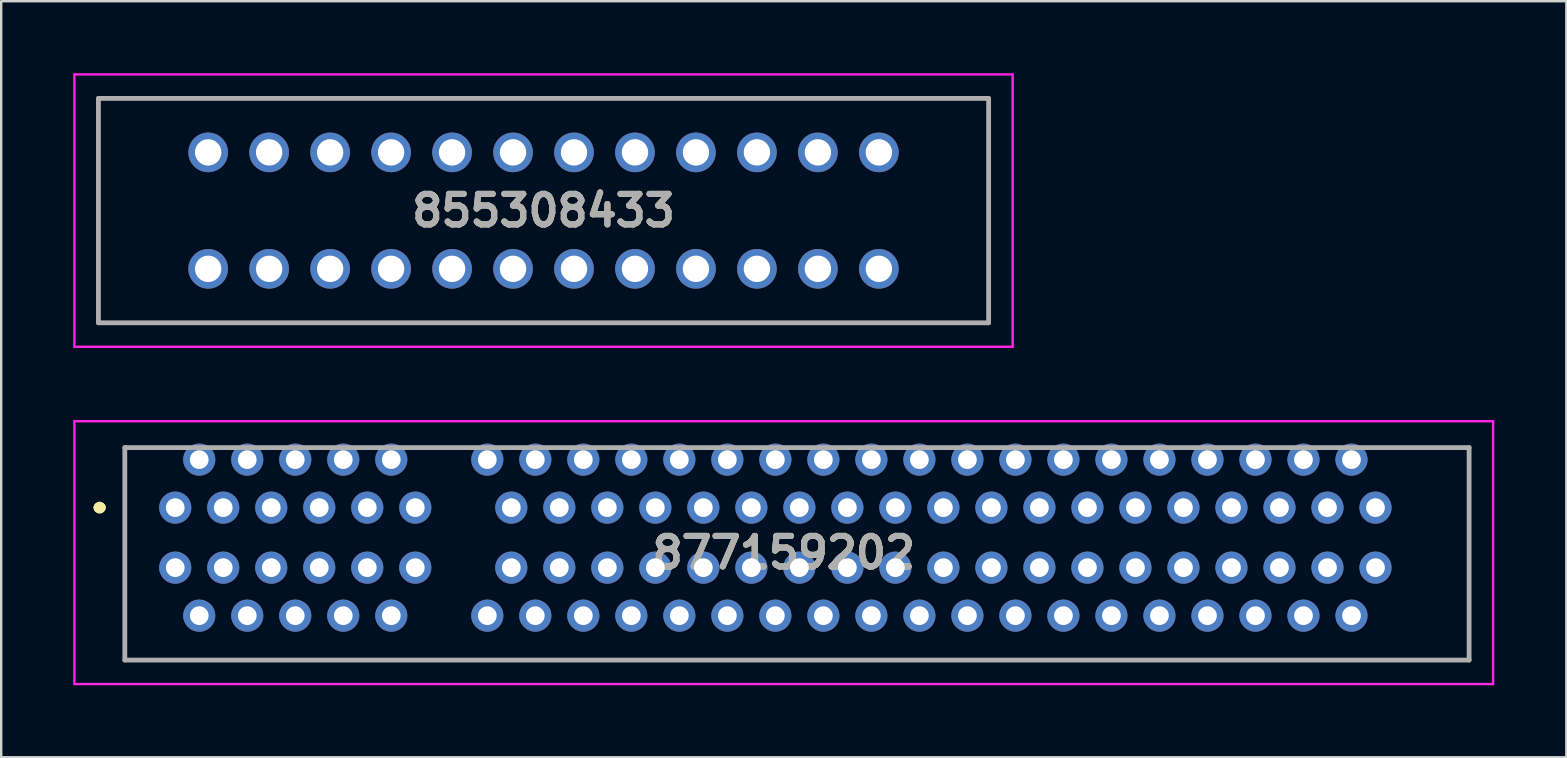
<source format=kicad_pcb>
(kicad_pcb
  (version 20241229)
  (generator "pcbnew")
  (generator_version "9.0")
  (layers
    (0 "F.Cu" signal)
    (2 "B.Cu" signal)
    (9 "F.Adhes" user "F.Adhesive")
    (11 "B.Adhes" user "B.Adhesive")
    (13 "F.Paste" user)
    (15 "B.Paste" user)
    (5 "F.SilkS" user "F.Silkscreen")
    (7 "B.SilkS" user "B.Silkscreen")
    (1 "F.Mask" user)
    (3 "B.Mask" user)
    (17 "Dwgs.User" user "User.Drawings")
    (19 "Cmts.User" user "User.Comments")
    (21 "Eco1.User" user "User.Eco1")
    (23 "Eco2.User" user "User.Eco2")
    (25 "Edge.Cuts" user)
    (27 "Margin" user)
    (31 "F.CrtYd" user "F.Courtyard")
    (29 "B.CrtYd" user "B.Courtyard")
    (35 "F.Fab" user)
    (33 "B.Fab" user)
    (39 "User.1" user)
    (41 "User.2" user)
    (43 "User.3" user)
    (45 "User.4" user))
  (footprint "855308433"
    (layer "F.Cu")
    (at 5.622 8.149)
    (property "Reference" "855308433" (at 13.97 -2.426 0) (layer "F.SilkS") (effects (font (size 1.27 1.27) (thickness 0.254))))
    (attr through_hole)
    (fp_line (start -4.572 -7.099) (end 32.512 -7.099) (stroke (width 0.1) (type solid)) (layer "F.SilkS"))
    (fp_line (start -4.572 2.248) (end -4.572 -7.099) (stroke (width 0.1) (type solid)) (layer "F.SilkS"))
    (fp_line (start 32.512 -7.099) (end 32.512 2.248) (stroke (width 0.1) (type solid)) (layer "F.SilkS"))
    (fp_line (start 32.512 2.248) (end -4.572 2.248) (stroke (width 0.1) (type solid)) (layer "F.SilkS"))
    (fp_line (start -5.572 -8.099) (end 33.512 -8.099) (stroke (width 0.1) (type solid)) (layer "F.CrtYd"))
    (fp_line (start -5.572 3.248) (end -5.572 -8.099) (stroke (width 0.1) (type solid)) (layer "F.CrtYd"))
    (fp_line (start 33.512 -8.099) (end 33.512 3.248) (stroke (width 0.1) (type solid)) (layer "F.CrtYd"))
    (fp_line (start 33.512 3.248) (end -5.572 3.248) (stroke (width 0.1) (type solid)) (layer "F.CrtYd"))
    (fp_line (start -4.572 -7.099) (end 32.512 -7.099) (stroke (width 0.2) (type solid)) (layer "F.Fab"))
    (fp_line (start -4.572 2.248) (end -4.572 -7.099) (stroke (width 0.2) (type solid)) (layer "F.Fab"))
    (fp_line (start 32.512 -7.099) (end 32.512 2.248) (stroke (width 0.2) (type solid)) (layer "F.Fab"))
    (fp_line (start 32.512 2.248) (end -4.572 2.248) (stroke (width 0.2) (type solid)) (layer "F.Fab"))
    (fp_text user "${REFERENCE}" (at 13.97 -2.426 0) (layer "F.Fab") (effects (font (size 1.27 1.27) (thickness 0.254))))
    (pad "1" thru_hole circle (at 0 0) (size 1.65 1.65) (drill 1.1) (layers "*.Cu" "*.Mask"))
    (pad "2" thru_hole circle (at 0 -4.851) (size 1.65 1.65) (drill 1.1) (layers "*.Cu" "*.Mask"))
    (pad "3" thru_hole circle (at 2.54 0) (size 1.65 1.65) (drill 1.1) (layers "*.Cu" "*.Mask"))
    (pad "4" thru_hole circle (at 2.54 -4.851) (size 1.65 1.65) (drill 1.1) (layers "*.Cu" "*.Mask"))
    (pad "5" thru_hole circle (at 5.08 0) (size 1.65 1.65) (drill 1.1) (layers "*.Cu" "*.Mask"))
    (pad "6" thru_hole circle (at 5.08 -4.851) (size 1.65 1.65) (drill 1.1) (layers "*.Cu" "*.Mask"))
    (pad "7" thru_hole circle (at 7.62 0) (size 1.65 1.65) (drill 1.1) (layers "*.Cu" "*.Mask"))
    (pad "8" thru_hole circle (at 7.62 -4.851) (size 1.65 1.65) (drill 1.1) (layers "*.Cu" "*.Mask"))
    (pad "9" thru_hole circle (at 10.16 0) (size 1.65 1.65) (drill 1.1) (layers "*.Cu" "*.Mask"))
    (pad "10" thru_hole circle (at 10.16 -4.851) (size 1.65 1.65) (drill 1.1) (layers "*.Cu" "*.Mask"))
    (pad "11" thru_hole circle (at 12.7 0) (size 1.65 1.65) (drill 1.1) (layers "*.Cu" "*.Mask"))
    (pad "12" thru_hole circle (at 12.7 -4.851) (size 1.65 1.65) (drill 1.1) (layers "*.Cu" "*.Mask"))
    (pad "13" thru_hole circle (at 15.24 0) (size 1.65 1.65) (drill 1.1) (layers "*.Cu" "*.Mask"))
    (pad "14" thru_hole circle (at 15.24 -4.851) (size 1.65 1.65) (drill 1.1) (layers "*.Cu" "*.Mask"))
    (pad "15" thru_hole circle (at 17.78 0) (size 1.65 1.65) (drill 1.1) (layers "*.Cu" "*.Mask"))
    (pad "16" thru_hole circle (at 17.78 -4.851) (size 1.65 1.65) (drill 1.1) (layers "*.Cu" "*.Mask"))
    (pad "17" thru_hole circle (at 20.32 0) (size 1.65 1.65) (drill 1.1) (layers "*.Cu" "*.Mask"))
    (pad "18" thru_hole circle (at 20.32 -4.851) (size 1.65 1.65) (drill 1.1) (layers "*.Cu" "*.Mask"))
    (pad "19" thru_hole circle (at 22.86 0) (size 1.65 1.65) (drill 1.1) (layers "*.Cu" "*.Mask"))
    (pad "20" thru_hole circle (at 22.86 -4.851) (size 1.65 1.65) (drill 1.1) (layers "*.Cu" "*.Mask"))
    (pad "21" thru_hole circle (at 25.4 0) (size 1.65 1.65) (drill 1.1) (layers "*.Cu" "*.Mask"))
    (pad "22" thru_hole circle (at 25.4 -4.851) (size 1.65 1.65) (drill 1.1) (layers "*.Cu" "*.Mask"))
    (pad "23" thru_hole circle (at 27.94 0) (size 1.65 1.65) (drill 1.1) (layers "*.Cu" "*.Mask"))
    (pad "24" thru_hole circle (at 27.94 -4.851) (size 1.65 1.65) (drill 1.1) (layers "*.Cu" "*.Mask")))
  (footprint "877159202"
    (layer "F.Cu")
    (at 4.25 18.097)
    (property "Reference" "877159202" (at 25.35 1.875 0) (layer "F.SilkS") (effects (font (size 1.27 1.27) (thickness 0.254))))
    (attr through_hole)
    (fp_line (start -3.2 0) (end -3.2 0) (stroke (width 0.4) (type solid)) (layer "F.SilkS"))
    (fp_line (start -3.1 0) (end -3.1 0) (stroke (width 0.4) (type solid)) (layer "F.SilkS"))
    (fp_line (start -2.1 -2.5) (end -2.1 6.35) (stroke (width 0.1) (type solid)) (layer "F.SilkS"))
    (fp_line (start -2.1 6.35) (end 53.9 6.35) (stroke (width 0.1) (type solid)) (layer "F.SilkS"))
    (fp_line (start 53.9 6.35) (end 53.9 -2) (stroke (width 0.1) (type solid)) (layer "F.SilkS"))
    (fp_arc (start -3.2 0) (mid -3.15 -0.05) (end -3.1 0) (stroke (width 0.4) (type solid)) (layer "F.SilkS"))
    (fp_arc (start -3.1 0) (mid -3.15 0.05) (end -3.2 0) (stroke (width 0.4) (type solid)) (layer "F.SilkS"))
    (fp_line (start -4.2 -3.6) (end 54.9 -3.6) (stroke (width 0.1) (type solid)) (layer "F.CrtYd"))
    (fp_line (start -4.2 7.35) (end -4.2 -3.6) (stroke (width 0.1) (type solid)) (layer "F.CrtYd"))
    (fp_line (start 54.9 -3.6) (end 54.9 7.35) (stroke (width 0.1) (type solid)) (layer "F.CrtYd"))
    (fp_line (start 54.9 7.35) (end -4.2 7.35) (stroke (width 0.1) (type solid)) (layer "F.CrtYd"))
    (fp_line (start -2.1 -2.5) (end 53.9 -2.5) (stroke (width 0.2) (type solid)) (layer "F.Fab"))
    (fp_line (start -2.1 6.35) (end -2.1 -2.5) (stroke (width 0.2) (type solid)) (layer "F.Fab"))
    (fp_line (start 53.9 -2.5) (end 53.9 6.35) (stroke (width 0.2) (type solid)) (layer "F.Fab"))
    (fp_line (start 53.9 6.35) (end -2.1 6.35) (stroke (width 0.2) (type solid)) (layer "F.Fab"))
    (fp_text user "${REFERENCE}" (at 25.35 1.875 0) (layer "F.Fab") (effects (font (size 1.27 1.27) (thickness 0.254))))
    (pad "" np_thru_hole circle (at 11.65 1.25) (size 0.001 0.001) (drill 2.4) (layers "*.Cu" "*.Mask"))
    (pad "" np_thru_hole circle (at 51.8 1.25) (size 0.001 0.001) (drill 2.4) (layers "*.Cu" "*.Mask"))
    (pad "A1" thru_hole circle (at 0 0) (size 1.337 1.337) (drill 0.78) (layers "*.Cu" "*.Mask"))
    (pad "A2" thru_hole circle (at 1 -2) (size 1.337 1.337) (drill 0.78) (layers "*.Cu" "*.Mask"))
    (pad "A3" thru_hole circle (at 2 0) (size 1.337 1.337) (drill 0.78) (layers "*.Cu" "*.Mask"))
    (pad "A4" thru_hole circle (at 3 -2) (size 1.337 1.337) (drill 0.78) (layers "*.Cu" "*.Mask"))
    (pad "A5" thru_hole circle (at 4 0) (size 1.337 1.337) (drill 0.78) (layers "*.Cu" "*.Mask"))
    (pad "A6" thru_hole circle (at 5 -2) (size 1.337 1.337) (drill 0.78) (layers "*.Cu" "*.Mask"))
    (pad "A7" thru_hole circle (at 6 0) (size 1.337 1.337) (drill 0.78) (layers "*.Cu" "*.Mask"))
    (pad "A8" thru_hole circle (at 7 -2) (size 1.337 1.337) (drill 0.78) (layers "*.Cu" "*.Mask"))
    (pad "A9" thru_hole circle (at 8 0) (size 1.337 1.337) (drill 0.78) (layers "*.Cu" "*.Mask"))
    (pad "A10" thru_hole circle (at 9 -2) (size 1.337 1.337) (drill 0.78) (layers "*.Cu" "*.Mask"))
    (pad "A11" thru_hole circle (at 10 0) (size 1.337 1.337) (drill 0.78) (layers "*.Cu" "*.Mask"))
    (pad "A12" thru_hole circle (at 13 -2) (size 1.337 1.337) (drill 0.78) (layers "*.Cu" "*.Mask"))
    (pad "A13" thru_hole circle (at 14 0) (size 1.337 1.337) (drill 0.78) (layers "*.Cu" "*.Mask"))
    (pad "A14" thru_hole circle (at 15 -2) (size 1.337 1.337) (drill 0.78) (layers "*.Cu" "*.Mask"))
    (pad "A15" thru_hole circle (at 16 0) (size 1.337 1.337) (drill 0.78) (layers "*.Cu" "*.Mask"))
    (pad "A16" thru_hole circle (at 17 -2) (size 1.337 1.337) (drill 0.78) (layers "*.Cu" "*.Mask"))
    (pad "A17" thru_hole circle (at 18 0) (size 1.337 1.337) (drill 0.78) (layers "*.Cu" "*.Mask"))
    (pad "A18" thru_hole circle (at 19 -2) (size 1.337 1.337) (drill 0.78) (layers "*.Cu" "*.Mask"))
    (pad "A19" thru_hole circle (at 20 0) (size 1.337 1.337) (drill 0.78) (layers "*.Cu" "*.Mask"))
    (pad "A20" thru_hole circle (at 21 -2) (size 1.337 1.337) (drill 0.78) (layers "*.Cu" "*.Mask"))
    (pad "A21" thru_hole circle (at 22 0) (size 1.337 1.337) (drill 0.78) (layers "*.Cu" "*.Mask"))
    (pad "A22" thru_hole circle (at 23 -2) (size 1.337 1.337) (drill 0.78) (layers "*.Cu" "*.Mask"))
    (pad "A23" thru_hole circle (at 24 0) (size 1.337 1.337) (drill 0.78) (layers "*.Cu" "*.Mask"))
    (pad "A24" thru_hole circle (at 25 -2) (size 1.337 1.337) (drill 0.78) (layers "*.Cu" "*.Mask"))
    (pad "A25" thru_hole circle (at 26 0) (size 1.337 1.337) (drill 0.78) (layers "*.Cu" "*.Mask"))
    (pad "A26" thru_hole circle (at 27 -2) (size 1.337 1.337) (drill 0.78) (layers "*.Cu" "*.Mask"))
    (pad "A27" thru_hole circle (at 28 0) (size 1.337 1.337) (drill 0.78) (layers "*.Cu" "*.Mask"))
    (pad "A28" thru_hole circle (at 29 -2) (size 1.337 1.337) (drill 0.78) (layers "*.Cu" "*.Mask"))
    (pad "A29" thru_hole circle (at 30 0) (size 1.337 1.337) (drill 0.78) (layers "*.Cu" "*.Mask"))
    (pad "A30" thru_hole circle (at 31 -2) (size 1.337 1.337) (drill 0.78) (layers "*.Cu" "*.Mask"))
    (pad "A31" thru_hole circle (at 32 0) (size 1.337 1.337) (drill 0.78) (layers "*.Cu" "*.Mask"))
    (pad "A32" thru_hole circle (at 33 -2) (size 1.337 1.337) (drill 0.78) (layers "*.Cu" "*.Mask"))
    (pad "A33" thru_hole circle (at 34 0) (size 1.337 1.337) (drill 0.78) (layers "*.Cu" "*.Mask"))
    (pad "A34" thru_hole circle (at 35 -2) (size 1.337 1.337) (drill 0.78) (layers "*.Cu" "*.Mask"))
    (pad "A35" thru_hole circle (at 36 0) (size 1.337 1.337) (drill 0.78) (layers "*.Cu" "*.Mask"))
    (pad "A36" thru_hole circle (at 37 -2) (size 1.337 1.337) (drill 0.78) (layers "*.Cu" "*.Mask"))
    (pad "A37" thru_hole circle (at 38 0) (size 1.337 1.337) (drill 0.78) (layers "*.Cu" "*.Mask"))
    (pad "A38" thru_hole circle (at 39 -2) (size 1.337 1.337) (drill 0.78) (layers "*.Cu" "*.Mask"))
    (pad "A39" thru_hole circle (at 40 0) (size 1.337 1.337) (drill 0.78) (layers "*.Cu" "*.Mask"))
    (pad "A40" thru_hole circle (at 41 -2) (size 1.337 1.337) (drill 0.78) (layers "*.Cu" "*.Mask"))
    (pad "A41" thru_hole circle (at 42 0) (size 1.337 1.337) (drill 0.78) (layers "*.Cu" "*.Mask"))
    (pad "A42" thru_hole circle (at 43 -2) (size 1.337 1.337) (drill 0.78) (layers "*.Cu" "*.Mask"))
    (pad "A43" thru_hole circle (at 44 0) (size 1.337 1.337) (drill 0.78) (layers "*.Cu" "*.Mask"))
    (pad "A44" thru_hole circle (at 45 -2) (size 1.337 1.337) (drill 0.78) (layers "*.Cu" "*.Mask"))
    (pad "A45" thru_hole circle (at 46 0) (size 1.337 1.337) (drill 0.78) (layers "*.Cu" "*.Mask"))
    (pad "A46" thru_hole circle (at 47 -2) (size 1.337 1.337) (drill 0.78) (layers "*.Cu" "*.Mask"))
    (pad "A47" thru_hole circle (at 48 0) (size 1.337 1.337) (drill 0.78) (layers "*.Cu" "*.Mask"))
    (pad "A48" thru_hole circle (at 49 -2) (size 1.337 1.337) (drill 0.78) (layers "*.Cu" "*.Mask"))
    (pad "A49" thru_hole circle (at 50 0) (size 1.337 1.337) (drill 0.78) (layers "*.Cu" "*.Mask"))
    (pad "B1" thru_hole circle (at 0 2.5) (size 1.337 1.337) (drill 0.78) (layers "*.Cu" "*.Mask"))
    (pad "B2" thru_hole circle (at 1 4.5) (size 1.337 1.337) (drill 0.78) (layers "*.Cu" "*.Mask"))
    (pad "B3" thru_hole circle (at 2 2.5) (size 1.337 1.337) (drill 0.78) (layers "*.Cu" "*.Mask"))
    (pad "B4" thru_hole circle (at 3 4.5) (size 1.337 1.337) (drill 0.78) (layers "*.Cu" "*.Mask"))
    (pad "B5" thru_hole circle (at 4 2.5) (size 1.337 1.337) (drill 0.78) (layers "*.Cu" "*.Mask"))
    (pad "B6" thru_hole circle (at 5 4.5) (size 1.337 1.337) (drill 0.78) (layers "*.Cu" "*.Mask"))
    (pad "B7" thru_hole circle (at 6 2.5) (size 1.337 1.337) (drill 0.78) (layers "*.Cu" "*.Mask"))
    (pad "B8" thru_hole circle (at 7 4.5) (size 1.337 1.337) (drill 0.78) (layers "*.Cu" "*.Mask"))
    (pad "B9" thru_hole circle (at 8 2.5) (size 1.337 1.337) (drill 0.78) (layers "*.Cu" "*.Mask"))
    (pad "B10" thru_hole circle (at 9 4.5) (size 1.337 1.337) (drill 0.78) (layers "*.Cu" "*.Mask"))
    (pad "B11" thru_hole circle (at 10 2.5) (size 1.337 1.337) (drill 0.78) (layers "*.Cu" "*.Mask"))
    (pad "B12" thru_hole circle (at 13 4.5) (size 1.337 1.337) (drill 0.78) (layers "*.Cu" "*.Mask"))
    (pad "B13" thru_hole circle (at 14 2.5) (size 1.337 1.337) (drill 0.78) (layers "*.Cu" "*.Mask"))
    (pad "B14" thru_hole circle (at 15 4.5) (size 1.337 1.337) (drill 0.78) (layers "*.Cu" "*.Mask"))
    (pad "B15" thru_hole circle (at 16 2.5) (size 1.337 1.337) (drill 0.78) (layers "*.Cu" "*.Mask"))
    (pad "B16" thru_hole circle (at 17 4.5) (size 1.337 1.337) (drill 0.78) (layers "*.Cu" "*.Mask"))
    (pad "B17" thru_hole circle (at 18 2.5) (size 1.337 1.337) (drill 0.78) (layers "*.Cu" "*.Mask"))
    (pad "B18" thru_hole circle (at 19 4.5) (size 1.337 1.337) (drill 0.78) (layers "*.Cu" "*.Mask"))
    (pad "B19" thru_hole circle (at 20 2.5) (size 1.337 1.337) (drill 0.78) (layers "*.Cu" "*.Mask"))
    (pad "B20" thru_hole circle (at 21 4.5) (size 1.337 1.337) (drill 0.78) (layers "*.Cu" "*.Mask"))
    (pad "B21" thru_hole circle (at 22 2.5) (size 1.337 1.337) (drill 0.78) (layers "*.Cu" "*.Mask"))
    (pad "B22" thru_hole circle (at 23 4.5) (size 1.337 1.337) (drill 0.78) (layers "*.Cu" "*.Mask"))
    (pad "B23" thru_hole circle (at 24 2.5) (size 1.337 1.337) (drill 0.78) (layers "*.Cu" "*.Mask"))
    (pad "B24" thru_hole circle (at 25 4.5) (size 1.337 1.337) (drill 0.78) (layers "*.Cu" "*.Mask"))
    (pad "B25" thru_hole circle (at 26 2.5) (size 1.337 1.337) (drill 0.78) (layers "*.Cu" "*.Mask"))
    (pad "B26" thru_hole circle (at 27 4.5) (size 1.337 1.337) (drill 0.78) (layers "*.Cu" "*.Mask"))
    (pad "B27" thru_hole circle (at 28 2.5) (size 1.337 1.337) (drill 0.78) (layers "*.Cu" "*.Mask"))
    (pad "B28" thru_hole circle (at 29 4.5) (size 1.337 1.337) (drill 0.78) (layers "*.Cu" "*.Mask"))
    (pad "B29" thru_hole circle (at 30 2.5) (size 1.337 1.337) (drill 0.78) (layers "*.Cu" "*.Mask"))
    (pad "B30" thru_hole circle (at 31 4.5) (size 1.337 1.337) (drill 0.78) (layers "*.Cu" "*.Mask"))
    (pad "B31" thru_hole circle (at 32 2.5) (size 1.337 1.337) (drill 0.78) (layers "*.Cu" "*.Mask"))
    (pad "B32" thru_hole circle (at 33 4.5) (size 1.337 1.337) (drill 0.78) (layers "*.Cu" "*.Mask"))
    (pad "B33" thru_hole circle (at 34 2.5) (size 1.337 1.337) (drill 0.78) (layers "*.Cu" "*.Mask"))
    (pad "B34" thru_hole circle (at 35 4.5) (size 1.337 1.337) (drill 0.78) (layers "*.Cu" "*.Mask"))
    (pad "B35" thru_hole circle (at 36 2.5) (size 1.337 1.337) (drill 0.78) (layers "*.Cu" "*.Mask"))
    (pad "B36" thru_hole circle (at 37 4.5) (size 1.337 1.337) (drill 0.78) (layers "*.Cu" "*.Mask"))
    (pad "B37" thru_hole circle (at 38 2.5) (size 1.337 1.337) (drill 0.78) (layers "*.Cu" "*.Mask"))
    (pad "B38" thru_hole circle (at 39 4.5) (size 1.337 1.337) (drill 0.78) (layers "*.Cu" "*.Mask"))
    (pad "B39" thru_hole circle (at 40 2.5) (size 1.337 1.337) (drill 0.78) (layers "*.Cu" "*.Mask"))
    (pad "B40" thru_hole circle (at 41 4.5) (size 1.337 1.337) (drill 0.78) (layers "*.Cu" "*.Mask"))
    (pad "B41" thru_hole circle (at 42 2.5) (size 1.337 1.337) (drill 0.78) (layers "*.Cu" "*.Mask"))
    (pad "B42" thru_hole circle (at 43 4.5) (size 1.337 1.337) (drill 0.78) (layers "*.Cu" "*.Mask"))
    (pad "B43" thru_hole circle (at 44 2.5) (size 1.337 1.337) (drill 0.78) (layers "*.Cu" "*.Mask"))
    (pad "B44" thru_hole circle (at 45 4.5) (size 1.337 1.337) (drill 0.78) (layers "*.Cu" "*.Mask"))
    (pad "B45" thru_hole circle (at 46 2.5) (size 1.337 1.337) (drill 0.78) (layers "*.Cu" "*.Mask"))
    (pad "B46" thru_hole circle (at 47 4.5) (size 1.337 1.337) (drill 0.78) (layers "*.Cu" "*.Mask"))
    (pad "B47" thru_hole circle (at 48 2.5) (size 1.337 1.337) (drill 0.78) (layers "*.Cu" "*.Mask"))
    (pad "B48" thru_hole circle (at 49 4.5) (size 1.337 1.337) (drill 0.78) (layers "*.Cu" "*.Mask"))
    (pad "B49" thru_hole circle (at 50 2.5) (size 1.337 1.337) (drill 0.78) (layers "*.Cu" "*.Mask")))
  (gr_rect
    (start -3 -3)
    (end 62.2 28.497)
    (stroke (width 0.1) (type default))
    (fill no)
    (layer "Edge.Cuts")))
</source>
